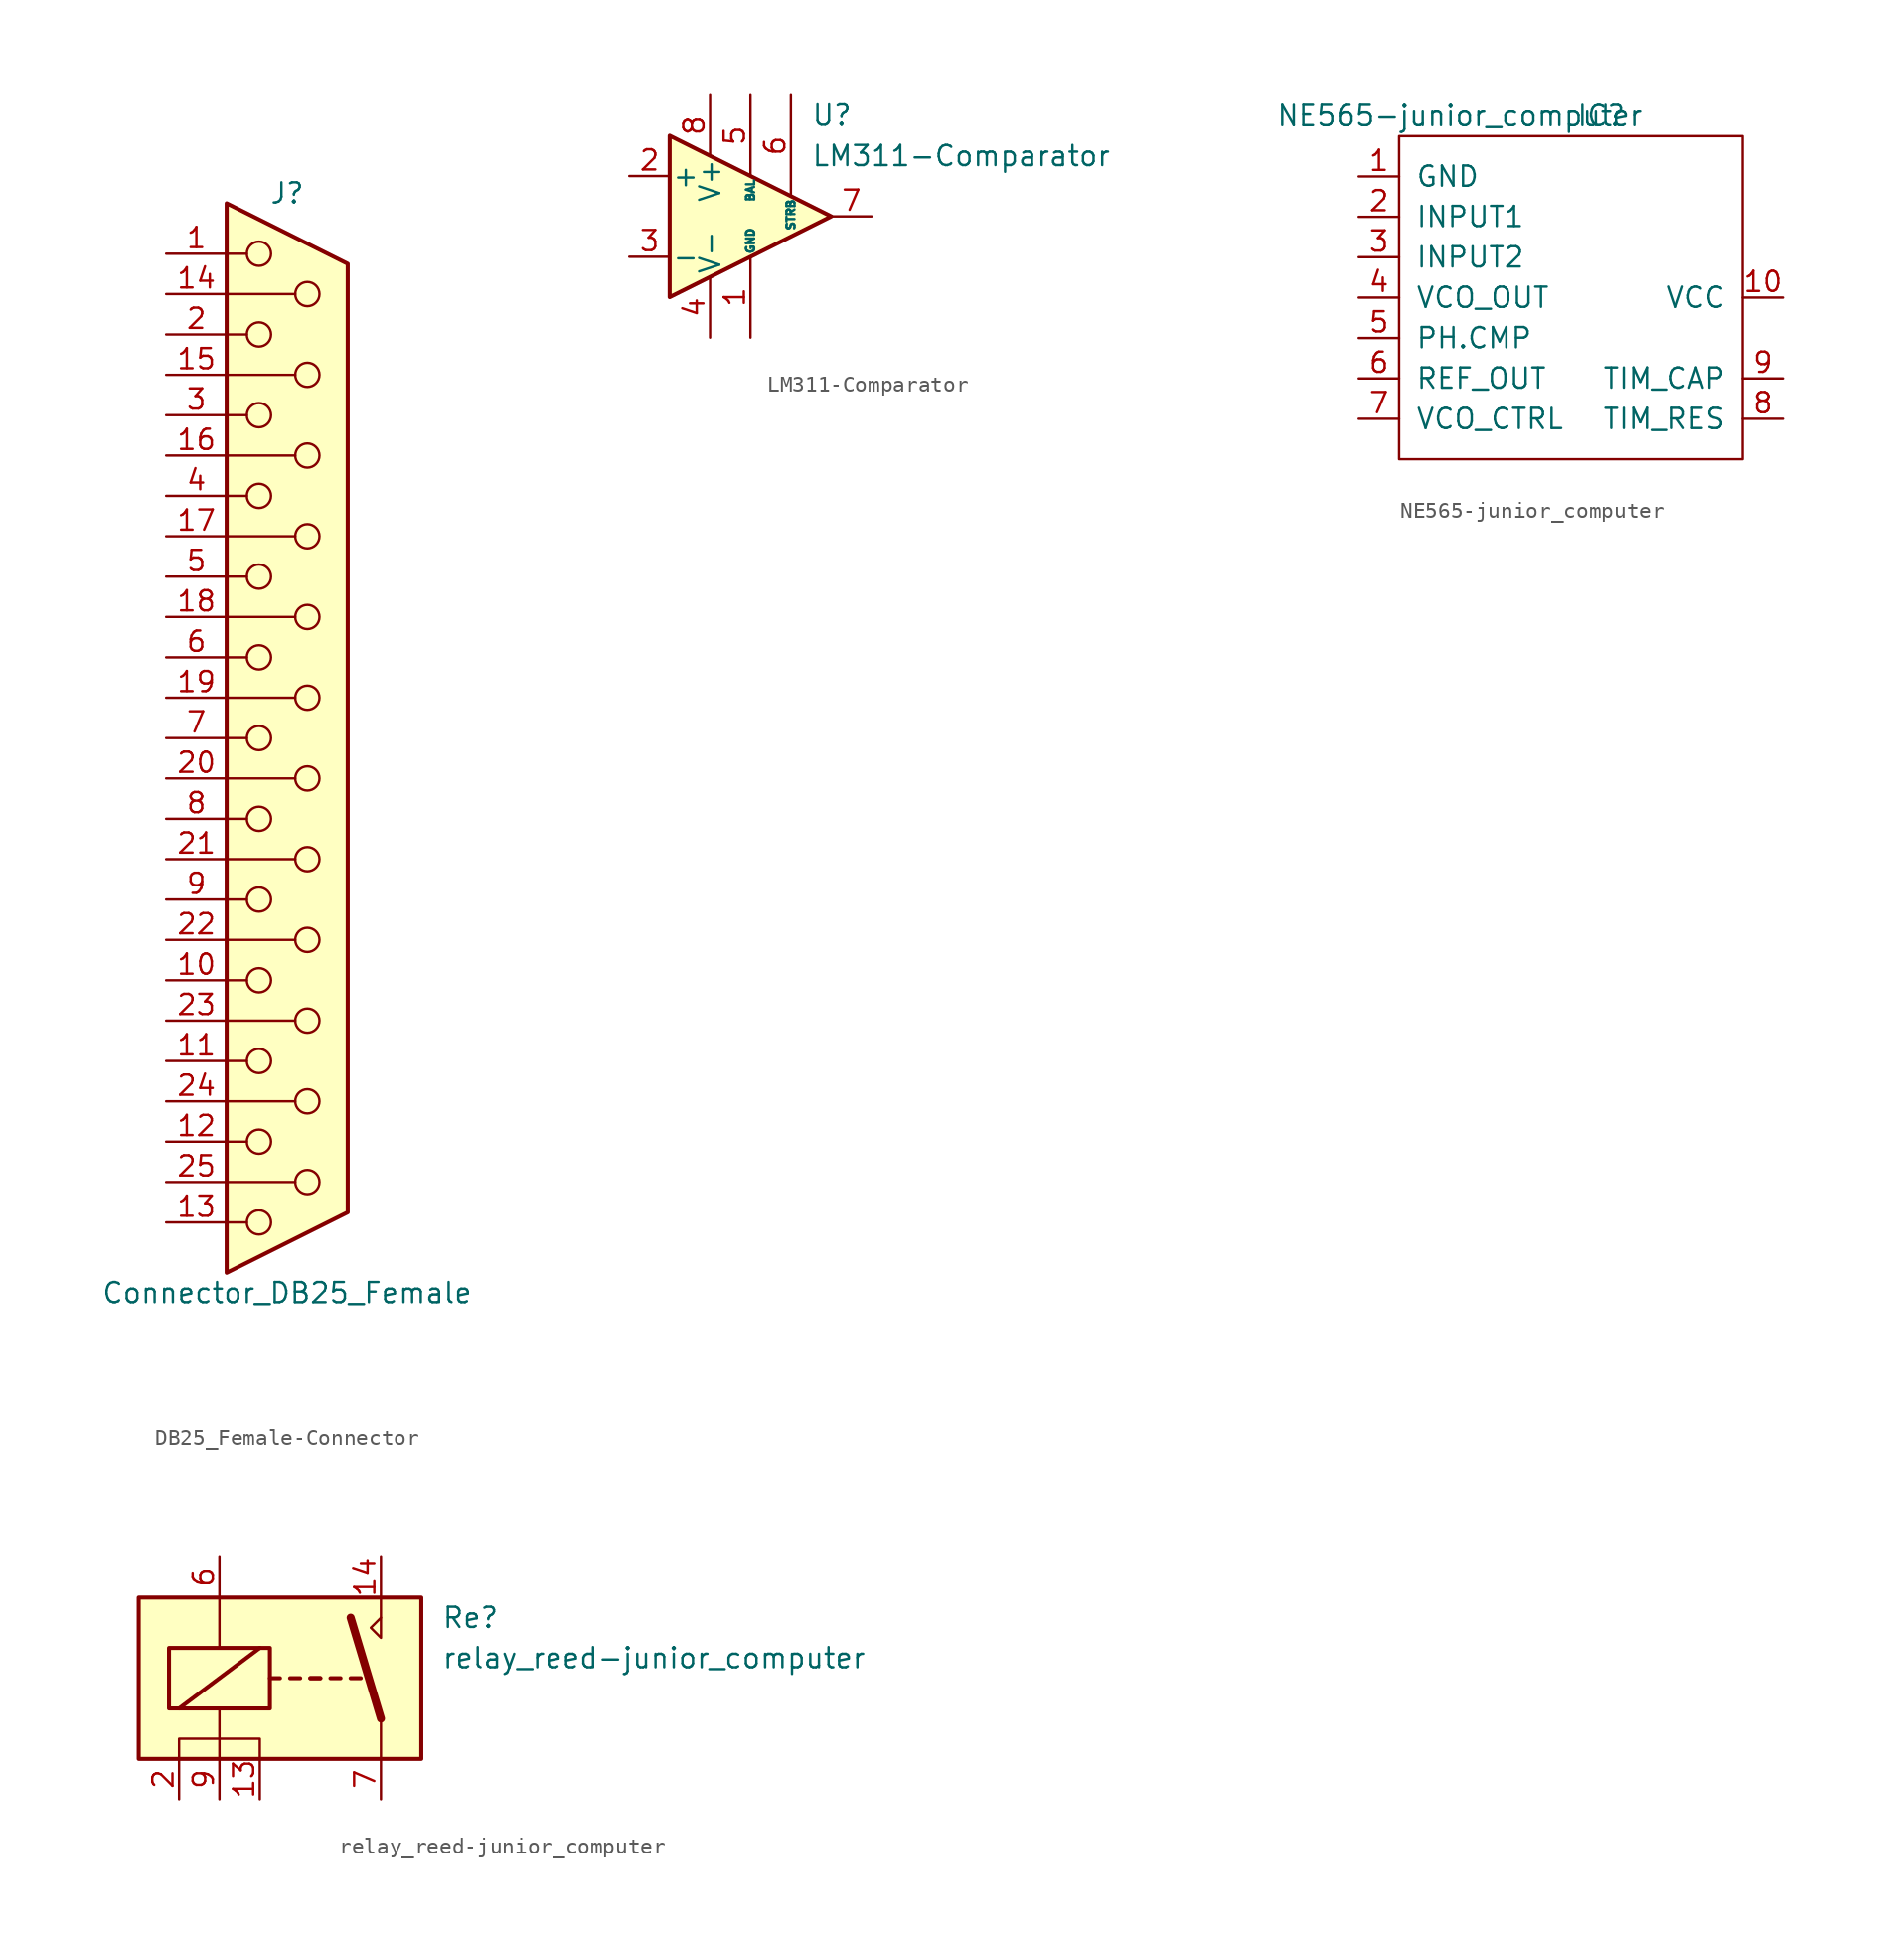
<source format=kicad_sym>
(kicad_symbol_lib
  (version 20220914)
  (generator kicad_symbol_editor)
  (symbol "DB25_Female-Connector"
    (pin_names
      (offset 1.016) hide)
    (property "Reference" "J"
      (at 0 34.29 0)
      (effects (font (size 1.27 1.27))))
    (property "Value" "Connector_DB25_Female"
      (at 0 -34.925 0)
      (effects (font (size 1.27 1.27))))
    (symbol "DB25_Female-Connector_0_1"
      (circle (center -1.778 -30.48) (radius 0.762) (stroke (width 0) (type solid)) (fill (type none)))
      (circle (center -1.778 -25.4) (radius 0.762) (stroke (width 0) (type solid)) (fill (type none)))
      (circle (center -1.778 -20.32) (radius 0.762) (stroke (width 0) (type solid)) (fill (type none)))
      (circle (center -1.778 -15.24) (radius 0.762) (stroke (width 0) (type solid)) (fill (type none)))
      (circle (center -1.778 -10.16) (radius 0.762) (stroke (width 0) (type solid)) (fill (type none)))
      (circle (center -1.778 -5.08) (radius 0.762) (stroke (width 0) (type solid)) (fill (type none)))
      (circle (center -1.778 0) (radius 0.762) (stroke (width 0) (type solid)) (fill (type none)))
      (circle (center -1.778 5.08) (radius 0.762) (stroke (width 0) (type solid)) (fill (type none)))
      (circle (center -1.778 10.16) (radius 0.762) (stroke (width 0) (type solid)) (fill (type none)))
      (circle (center -1.778 15.24) (radius 0.762) (stroke (width 0) (type solid)) (fill (type none)))
      (circle (center -1.778 20.32) (radius 0.762) (stroke (width 0) (type solid)) (fill (type none)))
      (circle (center -1.778 25.4) (radius 0.762) (stroke (width 0) (type solid)) (fill (type none)))
      (circle (center -1.778 30.48) (radius 0.762) (stroke (width 0) (type solid)) (fill (type none)))
      (polyline (pts (xy -3.81 -30.48) (xy -2.54 -30.48)) (stroke (width 0) (type solid)) (fill (type none)))
      (polyline (pts (xy -3.81 -27.94) (xy 0.508 -27.94)) (stroke (width 0) (type solid)) (fill (type none)))
      (polyline (pts (xy -3.81 -25.4) (xy -2.54 -25.4)) (stroke (width 0) (type solid)) (fill (type none)))
      (polyline (pts (xy -3.81 -22.86) (xy 0.508 -22.86)) (stroke (width 0) (type solid)) (fill (type none)))
      (polyline (pts (xy -3.81 -20.32) (xy -2.54 -20.32)) (stroke (width 0) (type solid)) (fill (type none)))
      (polyline (pts (xy -3.81 -17.78) (xy 0.508 -17.78)) (stroke (width 0) (type solid)) (fill (type none)))
      (polyline (pts (xy -3.81 -15.24) (xy -2.54 -15.24)) (stroke (width 0) (type solid)) (fill (type none)))
      (polyline (pts (xy -3.81 -12.7) (xy 0.508 -12.7)) (stroke (width 0) (type solid)) (fill (type none)))
      (polyline (pts (xy -3.81 -10.16) (xy -2.54 -10.16)) (stroke (width 0) (type solid)) (fill (type none)))
      (polyline (pts (xy -3.81 -7.62) (xy 0.508 -7.62)) (stroke (width 0) (type solid)) (fill (type none)))
      (polyline (pts (xy -3.81 -5.08) (xy -2.54 -5.08)) (stroke (width 0) (type solid)) (fill (type none)))
      (polyline (pts (xy -3.81 -2.54) (xy 0.508 -2.54)) (stroke (width 0) (type solid)) (fill (type none)))
      (polyline (pts (xy -3.81 0) (xy -2.54 0)) (stroke (width 0) (type solid)) (fill (type none)))
      (polyline (pts (xy -3.81 2.54) (xy 0.508 2.54)) (stroke (width 0) (type solid)) (fill (type none)))
      (polyline (pts (xy -3.81 5.08) (xy -2.54 5.08)) (stroke (width 0) (type solid)) (fill (type none)))
      (polyline (pts (xy -3.81 7.62) (xy 0.508 7.62)) (stroke (width 0) (type solid)) (fill (type none)))
      (polyline (pts (xy -3.81 10.16) (xy -2.54 10.16)) (stroke (width 0) (type solid)) (fill (type none)))
      (polyline (pts (xy -3.81 12.7) (xy 0.508 12.7)) (stroke (width 0) (type solid)) (fill (type none)))
      (polyline (pts (xy -3.81 15.24) (xy -2.54 15.24)) (stroke (width 0) (type solid)) (fill (type none)))
      (polyline (pts (xy -3.81 17.78) (xy 0.508 17.78)) (stroke (width 0) (type solid)) (fill (type none)))
      (polyline (pts (xy -3.81 20.32) (xy -2.54 20.32)) (stroke (width 0) (type solid)) (fill (type none)))
      (polyline (pts (xy -3.81 22.86) (xy 0.508 22.86)) (stroke (width 0) (type solid)) (fill (type none)))
      (polyline (pts (xy -3.81 25.4) (xy -2.54 25.4)) (stroke (width 0) (type solid)) (fill (type none)))
      (polyline (pts (xy -3.81 27.94) (xy 0.508 27.94)) (stroke (width 0) (type solid)) (fill (type none)))
      (polyline (pts (xy -3.81 30.48) (xy -2.54 30.48)) (stroke (width 0) (type solid)) (fill (type none)))
      (polyline (pts (xy -3.81 33.655) (xy 3.81 29.845) (xy 3.81 -29.845) (xy -3.81 -33.655) (xy -3.81 33.655)) (stroke (width 0.254) (type solid)) (fill (type background)))
      (circle (center 1.27 -27.94) (radius 0.762) (stroke (width 0) (type solid)) (fill (type none)))
      (circle (center 1.27 -22.86) (radius 0.762) (stroke (width 0) (type solid)) (fill (type none)))
      (circle (center 1.27 -17.78) (radius 0.762) (stroke (width 0) (type solid)) (fill (type none)))
      (circle (center 1.27 -12.7) (radius 0.762) (stroke (width 0) (type solid)) (fill (type none)))
      (circle (center 1.27 -7.62) (radius 0.762) (stroke (width 0) (type solid)) (fill (type none)))
      (circle (center 1.27 -2.54) (radius 0.762) (stroke (width 0) (type solid)) (fill (type none)))
      (circle (center 1.27 2.54) (radius 0.762) (stroke (width 0) (type solid)) (fill (type none)))
      (circle (center 1.27 7.62) (radius 0.762) (stroke (width 0) (type solid)) (fill (type none)))
      (circle (center 1.27 12.7) (radius 0.762) (stroke (width 0) (type solid)) (fill (type none)))
      (circle (center 1.27 17.78) (radius 0.762) (stroke (width 0) (type solid)) (fill (type none)))
      (circle (center 1.27 22.86) (radius 0.762) (stroke (width 0) (type solid)) (fill (type none)))
      (circle (center 1.27 27.94) (radius 0.762) (stroke (width 0) (type solid)) (fill (type none))))
    (symbol "DB25_Female-Connector_1_1"
      (pin passive line (at -7.62 30.48 0) (length 3.81) (name "1" (effects (font (size 1.27 1.27)))) (number "1" (effects (font (size 1.27 1.27)))))
      (pin passive line (at -7.62 -15.24 0) (length 3.81) (name "10" (effects (font (size 1.27 1.27)))) (number "10" (effects (font (size 1.27 1.27)))))
      (pin passive line (at -7.62 -20.32 0) (length 3.81) (name "11" (effects (font (size 1.27 1.27)))) (number "11" (effects (font (size 1.27 1.27)))))
      (pin passive line (at -7.62 -25.4 0) (length 3.81) (name "12" (effects (font (size 1.27 1.27)))) (number "12" (effects (font (size 1.27 1.27)))))
      (pin passive line (at -7.62 -30.48 0) (length 3.81) (name "13" (effects (font (size 1.27 1.27)))) (number "13" (effects (font (size 1.27 1.27)))))
      (pin passive line (at -7.62 27.94 0) (length 3.81) (name "P14" (effects (font (size 1.27 1.27)))) (number "14" (effects (font (size 1.27 1.27)))))
      (pin passive line (at -7.62 22.86 0) (length 3.81) (name "P15" (effects (font (size 1.27 1.27)))) (number "15" (effects (font (size 1.27 1.27)))))
      (pin passive line (at -7.62 17.78 0) (length 3.81) (name "P16" (effects (font (size 1.27 1.27)))) (number "16" (effects (font (size 1.27 1.27)))))
      (pin passive line (at -7.62 12.7 0) (length 3.81) (name "P17" (effects (font (size 1.27 1.27)))) (number "17" (effects (font (size 1.27 1.27)))))
      (pin passive line (at -7.62 7.62 0) (length 3.81) (name "P18" (effects (font (size 1.27 1.27)))) (number "18" (effects (font (size 1.27 1.27)))))
      (pin passive line (at -7.62 2.54 0) (length 3.81) (name "P19" (effects (font (size 1.27 1.27)))) (number "19" (effects (font (size 1.27 1.27)))))
      (pin passive line (at -7.62 25.4 0) (length 3.81) (name "2" (effects (font (size 1.27 1.27)))) (number "2" (effects (font (size 1.27 1.27)))))
      (pin passive line (at -7.62 -2.54 0) (length 3.81) (name "P20" (effects (font (size 1.27 1.27)))) (number "20" (effects (font (size 1.27 1.27)))))
      (pin passive line (at -7.62 -7.62 0) (length 3.81) (name "P21" (effects (font (size 1.27 1.27)))) (number "21" (effects (font (size 1.27 1.27)))))
      (pin passive line (at -7.62 -12.7 0) (length 3.81) (name "P22" (effects (font (size 1.27 1.27)))) (number "22" (effects (font (size 1.27 1.27)))))
      (pin passive line (at -7.62 -17.78 0) (length 3.81) (name "P23" (effects (font (size 1.27 1.27)))) (number "23" (effects (font (size 1.27 1.27)))))
      (pin passive line (at -7.62 -22.86 0) (length 3.81) (name "P24" (effects (font (size 1.27 1.27)))) (number "24" (effects (font (size 1.27 1.27)))))
      (pin passive line (at -7.62 -27.94 0) (length 3.81) (name "P25" (effects (font (size 1.27 1.27)))) (number "25" (effects (font (size 1.27 1.27)))))
      (pin passive line (at -7.62 20.32 0) (length 3.81) (name "3" (effects (font (size 1.27 1.27)))) (number "3" (effects (font (size 1.27 1.27)))))
      (pin passive line (at -7.62 15.24 0) (length 3.81) (name "4" (effects (font (size 1.27 1.27)))) (number "4" (effects (font (size 1.27 1.27)))))
      (pin passive line (at -7.62 10.16 0) (length 3.81) (name "5" (effects (font (size 1.27 1.27)))) (number "5" (effects (font (size 1.27 1.27)))))
      (pin passive line (at -7.62 5.08 0) (length 3.81) (name "6" (effects (font (size 1.27 1.27)))) (number "6" (effects (font (size 1.27 1.27)))))
      (pin passive line (at -7.62 0 0) (length 3.81) (name "7" (effects (font (size 1.27 1.27)))) (number "7" (effects (font (size 1.27 1.27)))))
      (pin passive line (at -7.62 -5.08 0) (length 3.81) (name "8" (effects (font (size 1.27 1.27)))) (number "8" (effects (font (size 1.27 1.27)))))
      (pin passive line (at -7.62 -10.16 0) (length 3.81) (name "9" (effects (font (size 1.27 1.27)))) (number "9" (effects (font (size 1.27 1.27)))))))
  (symbol "LM311-Comparator"
    (pin_names
      (offset 0.127))
    (property "Reference" "U"
      (at 3.81 6.35 0)
      (effects (font (size 1.27 1.27)) (justify left)))
    (property "Value" "LM311-Comparator"
      (at 3.81 3.81 0)
      (effects (font (size 1.27 1.27)) (justify left)))
    (symbol "LM311-Comparator_0_1"
      (polyline (pts (xy 5.08 0) (xy -5.08 5.08) (xy -5.08 -5.08) (xy 5.08 0)) (stroke (width 0.254) (type solid)) (fill (type background))))
    (symbol "LM311-Comparator_1_1"
      (pin open_emitter line (at 0 -7.62 90) (length 5.08) (name "GND" (effects (font (size 0.508 0.508)))) (number "1" (effects (font (size 1.27 1.27)))))
      (pin input line (at -7.62 2.54 0) (length 2.54) (name "+" (effects (font (size 1.27 1.27)))) (number "2" (effects (font (size 1.27 1.27)))))
      (pin input line (at -7.62 -2.54 0) (length 2.54) (name "-" (effects (font (size 1.27 1.27)))) (number "3" (effects (font (size 1.27 1.27)))))
      (pin power_in line (at -2.54 -7.62 90) (length 3.81) (name "V-" (effects (font (size 1.27 1.27)))) (number "4" (effects (font (size 1.27 1.27)))))
      (pin passive line (at 0 7.62 270) (length 5.08) (name "BAL" (effects (font (size 0.508 0.508)))) (number "5" (effects (font (size 1.27 1.27)))))
      (pin passive line (at 2.54 7.62 270) (length 6.35) (name "STRB" (effects (font (size 0.508 0.508)))) (number "6" (effects (font (size 1.27 1.27)))))
      (pin open_collector line (at 7.62 0 180) (length 2.54) (name "~" (effects (font (size 1.27 1.27)))) (number "7" (effects (font (size 1.27 1.27)))))
      (pin power_in line (at -2.54 7.62 270) (length 3.81) (name "V+" (effects (font (size 1.27 1.27)))) (number "8" (effects (font (size 1.27 1.27)))))))
  (symbol "NE565-junior_computer"
    (pin_names
      (offset 1.016))
    (property "Reference" "IC"
      (at 3.81 8.89 0)
      (effects (font (size 1.27 1.27))))
    (property "Value" "NE565-junior_computer"
      (at -5.08 8.89 0)
      (effects (font (size 1.27 1.27))))
    (symbol "NE565-junior_computer_0_1"
      (rectangle (start -8.89 7.62) (end 12.7 -12.7) (stroke (width 0) (type solid)) (fill (type none))))
    (symbol "NE565-junior_computer_1_1"
      (pin power_in line (at -11.43 5.08 0) (length 2.54) (name "GND" (effects (font (size 1.27 1.27)))) (number "1" (effects (font (size 1.27 1.27)))))
      (pin power_in line (at 15.24 -2.54 180) (length 2.54) (name "VCC" (effects (font (size 1.27 1.27)))) (number "10" (effects (font (size 1.27 1.27)))))
      (pin passive line (at -11.43 2.54 0) (length 2.54) (name "INPUT1" (effects (font (size 1.27 1.27)))) (number "2" (effects (font (size 1.27 1.27)))))
      (pin passive line (at -11.43 0 0) (length 2.54) (name "INPUT2" (effects (font (size 1.27 1.27)))) (number "3" (effects (font (size 1.27 1.27)))))
      (pin passive line (at -11.43 -2.54 0) (length 2.54) (name "VCO_OUT" (effects (font (size 1.27 1.27)))) (number "4" (effects (font (size 1.27 1.27)))))
      (pin passive line (at -11.43 -5.08 0) (length 2.54) (name "PH.CMP" (effects (font (size 1.27 1.27)))) (number "5" (effects (font (size 1.27 1.27)))))
      (pin passive line (at -11.43 -7.62 0) (length 2.54) (name "REF_OUT" (effects (font (size 1.27 1.27)))) (number "6" (effects (font (size 1.27 1.27)))))
      (pin passive line (at -11.43 -10.16 0) (length 2.54) (name "VCO_CTRL" (effects (font (size 1.27 1.27)))) (number "7" (effects (font (size 1.27 1.27)))))
      (pin passive line (at 15.24 -10.16 180) (length 2.54) (name "TIM_RES" (effects (font (size 1.27 1.27)))) (number "8" (effects (font (size 1.27 1.27)))))
      (pin passive line (at 15.24 -7.62 180) (length 2.54) (name "TIM_CAP" (effects (font (size 1.27 1.27)))) (number "9" (effects (font (size 1.27 1.27)))))))
  (symbol "relay_reed-junior_computer"
    (pin_names
      (offset 1.016))
    (property "Reference" "Re"
      (at 8.89 3.81 0)
      (effects (font (size 1.27 1.27)) (justify left)))
    (property "Value" "relay_reed-junior_computer"
      (at 8.89 1.27 0)
      (effects (font (size 1.27 1.27)) (justify left)))
    (symbol "relay_reed-junior_computer_0_0"
      (polyline (pts (xy 5.08 3.81) (xy 5.08 5.08)) (stroke (width 0) (type solid)) (fill (type none)))
      (polyline (pts (xy 5.08 3.81) (xy 5.08 2.54) (xy 4.445 3.175) (xy 5.08 3.81)) (stroke (width 0) (type solid)) (fill (type none))))
    (symbol "relay_reed-junior_computer_0_1"
      (rectangle (start -10.16 5.08) (end 7.62 -5.08) (stroke (width 0.254) (type solid)) (fill (type background)))
      (rectangle (start -8.255 1.905) (end -1.905 -1.905) (stroke (width 0.254) (type solid)) (fill (type none)))
      (polyline (pts (xy -7.62 -1.905) (xy -2.54 1.905)) (stroke (width 0.254) (type solid)) (fill (type none)))
      (polyline (pts (xy -5.08 -5.08) (xy -5.08 -1.905)) (stroke (width 0) (type solid)) (fill (type none)))
      (polyline (pts (xy -5.08 5.08) (xy -5.08 1.905)) (stroke (width 0) (type solid)) (fill (type none)))
      (polyline (pts (xy -1.905 0) (xy -1.27 0)) (stroke (width 0.254) (type solid)) (fill (type none)))
      (polyline (pts (xy -0.635 0) (xy 0 0)) (stroke (width 0.254) (type solid)) (fill (type none)))
      (polyline (pts (xy 0.635 0) (xy 1.27 0)) (stroke (width 0.254) (type solid)) (fill (type none)))
      (polyline (pts (xy 0.635 0) (xy 1.27 0)) (stroke (width 0.254) (type solid)) (fill (type none)))
      (polyline (pts (xy 1.905 0) (xy 2.54 0)) (stroke (width 0.254) (type solid)) (fill (type none)))
      (polyline (pts (xy 3.175 0) (xy 3.81 0)) (stroke (width 0.254) (type solid)) (fill (type none)))
      (polyline (pts (xy 5.08 -2.54) (xy 3.175 3.81)) (stroke (width 0.508) (type solid)) (fill (type none)))
      (polyline (pts (xy 5.08 -2.54) (xy 5.08 -5.08)) (stroke (width 0) (type solid)) (fill (type none)))
      (polyline (pts (xy -2.54 -5.08) (xy -2.54 -3.81) (xy -5.08 -3.81) (xy -7.62 -3.81) (xy -7.62 -5.08)) (stroke (width 0) (type solid)) (fill (type none))))
    (symbol "relay_reed-junior_computer_1_1"
      (pin passive line (at -2.54 -7.62 90) (length 2.54) (name "~" (effects (font (size 1.27 1.27)))) (number "13" (effects (font (size 1.27 1.27)))))
      (pin passive line (at 5.08 7.62 270) (length 2.54) (name "~" (effects (font (size 1.27 1.27)))) (number "14" (effects (font (size 1.27 1.27)))))
      (pin passive line (at -7.62 -7.62 90) (length 2.54) (name "~" (effects (font (size 1.27 1.27)))) (number "2" (effects (font (size 1.27 1.27)))))
      (pin passive line (at -5.08 7.62 270) (length 2.54) (name "~" (effects (font (size 1.27 1.27)))) (number "6" (effects (font (size 1.27 1.27)))))
      (pin passive line (at 5.08 -7.62 90) (length 2.54) (name "~" (effects (font (size 1.27 1.27)))) (number "7" (effects (font (size 1.27 1.27)))))
      (pin passive line (at -5.08 -7.62 90) (length 2.54) (name "~" (effects (font (size 1.27 1.27)))) (number "9" (effects (font (size 1.27 1.27))))))))
</source>
